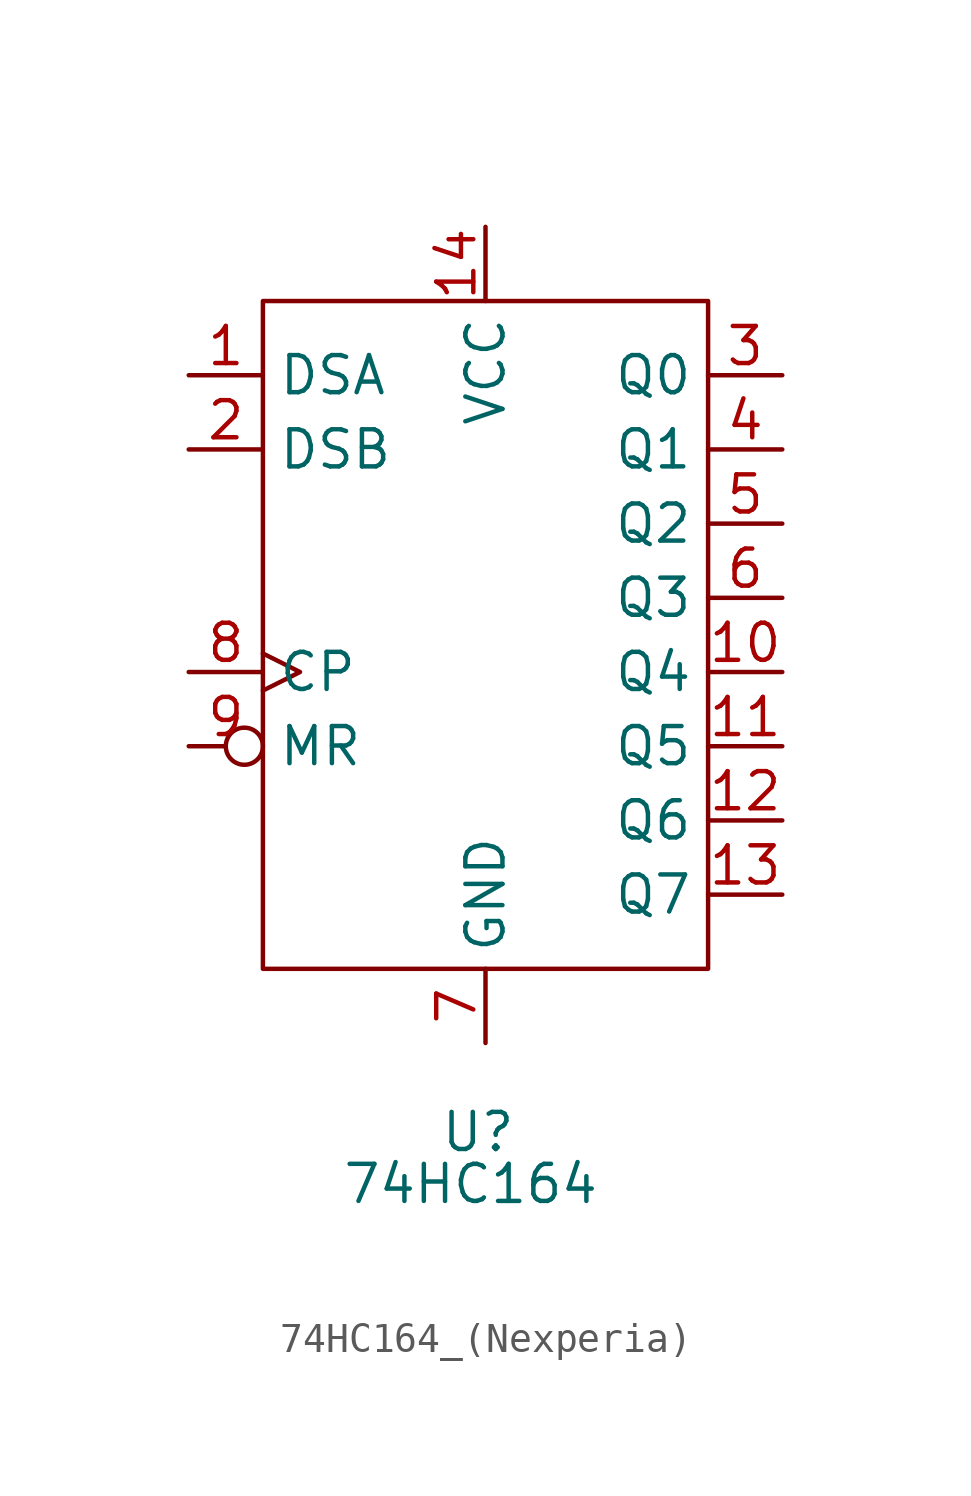
<source format=kicad_sym>
(kicad_symbol_lib
  (version 20231120)
  (generator "kicad_symbol_editor")
  (generator_version "8.0")
  (symbol "74HC164_(Nexperia)"
    (property "Reference" "U"
      (at -0.254 -18.288 0)
      (effects (font (size 1.27 1.27))))
    (property "Value" "74HC164"
      (at -0.508 -20.066 0)
      (effects (font (size 1.27 1.27))))
    (symbol "74HC164_(Nexperia)_0_1"
      (rectangle (start -7.62 10.16) (end 7.62 -12.7) (stroke (width 0) (type default)) (fill (type none))))
    (symbol "74HC164_(Nexperia)_1_1"
      (pin input line (at -10.16 7.62 0) (length 2.54) (name "DSA" (effects (font (size 1.27 1.27)))) (number "1" (effects (font (size 1.27 1.27)))))
      (pin output line (at 10.16 -2.54 180) (length 2.54) (name "Q4" (effects (font (size 1.27 1.27)))) (number "10" (effects (font (size 1.27 1.27)))))
      (pin output line (at 10.16 -5.08 180) (length 2.54) (name "Q5" (effects (font (size 1.27 1.27)))) (number "11" (effects (font (size 1.27 1.27)))))
      (pin output line (at 10.16 -7.62 180) (length 2.54) (name "Q6" (effects (font (size 1.27 1.27)))) (number "12" (effects (font (size 1.27 1.27)))))
      (pin output line (at 10.16 -10.16 180) (length 2.54) (name "Q7" (effects (font (size 1.27 1.27)))) (number "13" (effects (font (size 1.27 1.27)))))
      (pin power_in line (at 0 12.7 270) (length 2.54) (name "VCC" (effects (font (size 1.27 1.27)))) (number "14" (effects (font (size 1.27 1.27)))))
      (pin input line (at -10.16 5.08 0) (length 2.54) (name "DSB" (effects (font (size 1.27 1.27)))) (number "2" (effects (font (size 1.27 1.27)))))
      (pin output line (at 10.16 7.62 180) (length 2.54) (name "Q0" (effects (font (size 1.27 1.27)))) (number "3" (effects (font (size 1.27 1.27)))))
      (pin output line (at 10.16 5.08 180) (length 2.54) (name "Q1" (effects (font (size 1.27 1.27)))) (number "4" (effects (font (size 1.27 1.27)))))
      (pin output line (at 10.16 2.54 180) (length 2.54) (name "Q2" (effects (font (size 1.27 1.27)))) (number "5" (effects (font (size 1.27 1.27)))))
      (pin output line (at 10.16 0 180) (length 2.54) (name "Q3" (effects (font (size 1.27 1.27)))) (number "6" (effects (font (size 1.27 1.27)))))
      (pin power_in line (at 0 -15.24 90) (length 2.54) (name "GND" (effects (font (size 1.27 1.27)))) (number "7" (effects (font (size 1.27 1.27)))))
      (pin input clock (at -10.16 -2.54 0) (length 2.54) (name "CP" (effects (font (size 1.27 1.27)))) (number "8" (effects (font (size 1.27 1.27)))))
      (pin input inverted (at -10.16 -5.08 0) (length 2.54) (name "MR" (effects (font (size 1.27 1.27)))) (number "9" (effects (font (size 1.27 1.27))))))))
</source>
